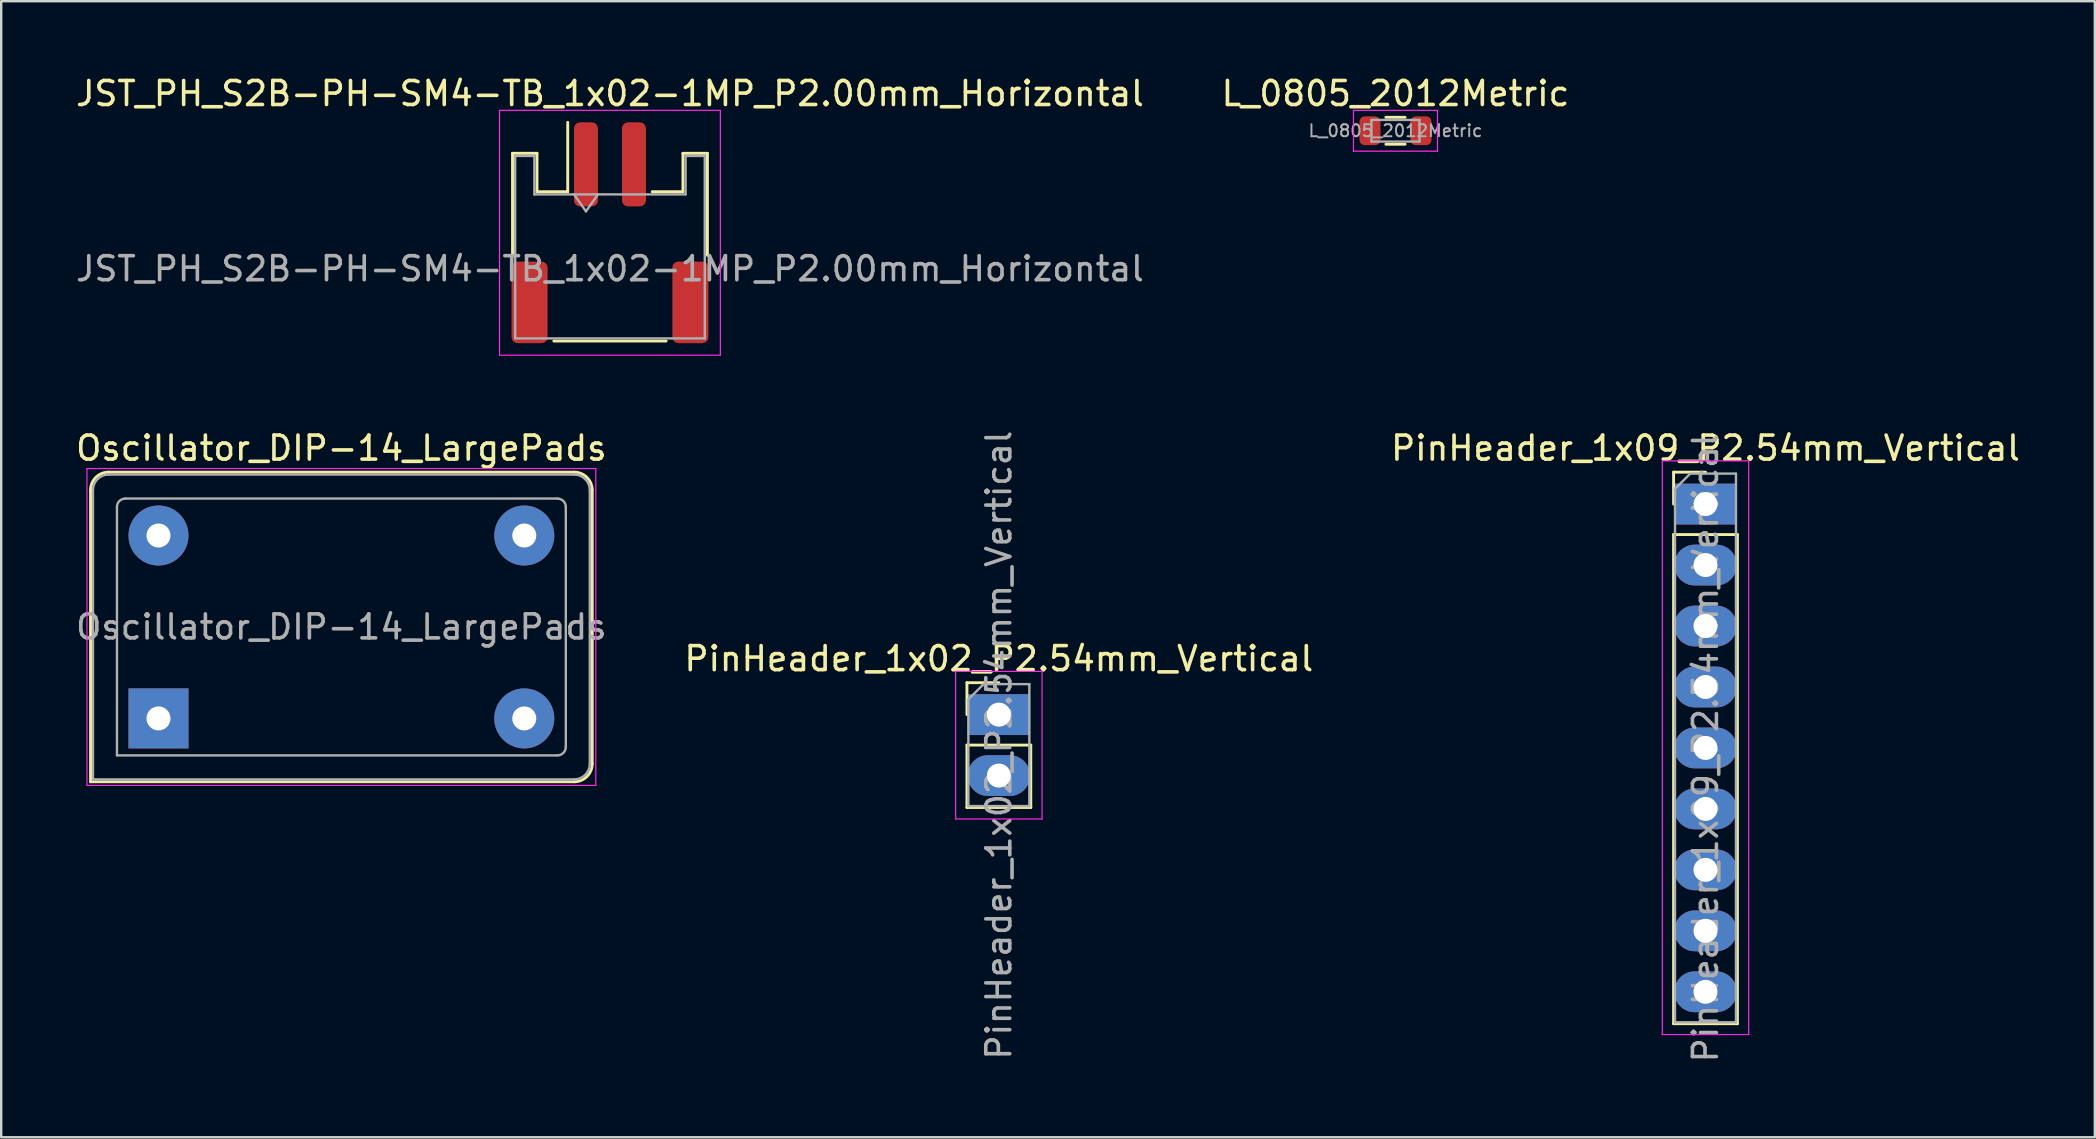
<source format=kicad_pcb>
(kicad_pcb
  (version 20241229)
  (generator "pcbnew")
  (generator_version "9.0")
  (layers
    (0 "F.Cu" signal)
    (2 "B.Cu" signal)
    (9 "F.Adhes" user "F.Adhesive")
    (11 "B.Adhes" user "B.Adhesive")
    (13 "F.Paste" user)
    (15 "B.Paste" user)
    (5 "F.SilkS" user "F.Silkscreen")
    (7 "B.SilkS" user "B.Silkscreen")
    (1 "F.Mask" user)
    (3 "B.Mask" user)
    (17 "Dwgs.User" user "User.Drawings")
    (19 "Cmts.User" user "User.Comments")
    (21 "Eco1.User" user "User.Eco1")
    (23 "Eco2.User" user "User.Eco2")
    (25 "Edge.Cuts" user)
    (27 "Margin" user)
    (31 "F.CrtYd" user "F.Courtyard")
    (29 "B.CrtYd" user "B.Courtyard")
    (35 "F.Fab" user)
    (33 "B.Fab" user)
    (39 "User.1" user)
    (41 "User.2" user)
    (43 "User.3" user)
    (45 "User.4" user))
  (footprint "PinHeader_1x09_P2.54mm_Vertical"
    (layer "F.Cu")
    (at 68.006 17.951)
    (property "Reference" "PinHeader_1x09_P2.54mm_Vertical" (at 0 -2.33 0) (layer "F.SilkS") (effects (font (size 1 1) (thickness 0.15))))
    (attr through_hole)
    (fp_line (start -1.33 -1.33) (end 0 -1.33) (stroke (width 0.12) (type solid)) (layer "F.SilkS"))
    (fp_line (start -1.33 0) (end -1.33 -1.33) (stroke (width 0.12) (type solid)) (layer "F.SilkS"))
    (fp_line (start -1.33 1.27) (end -1.33 21.65) (stroke (width 0.12) (type solid)) (layer "F.SilkS"))
    (fp_line (start -1.33 1.27) (end 1.33 1.27) (stroke (width 0.12) (type solid)) (layer "F.SilkS"))
    (fp_line (start -1.33 21.65) (end 1.33 21.65) (stroke (width 0.12) (type solid)) (layer "F.SilkS"))
    (fp_line (start 1.33 1.27) (end 1.33 21.65) (stroke (width 0.12) (type solid)) (layer "F.SilkS"))
    (fp_line (start -1.8 -1.8) (end -1.8 22.1) (stroke (width 0.05) (type solid)) (layer "F.CrtYd"))
    (fp_line (start -1.8 22.1) (end 1.8 22.1) (stroke (width 0.05) (type solid)) (layer "F.CrtYd"))
    (fp_line (start 1.8 -1.8) (end -1.8 -1.8) (stroke (width 0.05) (type solid)) (layer "F.CrtYd"))
    (fp_line (start 1.8 22.1) (end 1.8 -1.8) (stroke (width 0.05) (type solid)) (layer "F.CrtYd"))
    (fp_line (start -1.27 -0.635) (end -0.635 -1.27) (stroke (width 0.1) (type solid)) (layer "F.Fab"))
    (fp_line (start -1.27 21.59) (end -1.27 -0.635) (stroke (width 0.1) (type solid)) (layer "F.Fab"))
    (fp_line (start -0.635 -1.27) (end 1.27 -1.27) (stroke (width 0.1) (type solid)) (layer "F.Fab"))
    (fp_line (start 1.27 -1.27) (end 1.27 21.59) (stroke (width 0.1) (type solid)) (layer "F.Fab"))
    (fp_line (start 1.27 21.59) (end -1.27 21.59) (stroke (width 0.1) (type solid)) (layer "F.Fab"))
    (fp_text user "${REFERENCE}" (at 0 10.16 90) (layer "F.Fab") (effects (font (size 1 1) (thickness 0.15))))
    (pad "1" thru_hole rect (at 0 0) (size 2.6 1.7) (drill 1) (layers "*.Cu" "*.Mask"))
    (pad "2" thru_hole oval (at 0 2.54) (size 2.6 1.7) (drill 1) (layers "*.Cu" "*.Mask"))
    (pad "3" thru_hole oval (at 0 5.08) (size 2.6 1.7) (drill 1) (layers "*.Cu" "*.Mask"))
    (pad "4" thru_hole oval (at 0 7.62) (size 2.6 1.7) (drill 1) (layers "*.Cu" "*.Mask"))
    (pad "5" thru_hole oval (at 0 10.16) (size 2.6 1.7) (drill 1) (layers "*.Cu" "*.Mask"))
    (pad "6" thru_hole oval (at 0 12.7) (size 2.6 1.7) (drill 1) (layers "*.Cu" "*.Mask"))
    (pad "7" thru_hole oval (at 0 15.24) (size 2.6 1.7) (drill 1) (layers "*.Cu" "*.Mask"))
    (pad "8" thru_hole oval (at 0 17.78) (size 2.6 1.7) (drill 1) (layers "*.Cu" "*.Mask"))
    (pad "9" thru_hole oval (at 0 20.32) (size 2.6 1.7) (drill 1) (layers "*.Cu" "*.Mask")))
  (footprint "PinHeader_1x02_P2.54mm_Vertical"
    (layer "F.Cu")
    (at 38.565 26.723)
    (property "Reference" "PinHeader_1x02_P2.54mm_Vertical" (at 0 -2.33 0) (layer "F.SilkS") (effects (font (size 1 1) (thickness 0.15))))
    (attr through_hole)
    (fp_line (start -1.33 -1.33) (end 0 -1.33) (stroke (width 0.12) (type solid)) (layer "F.SilkS"))
    (fp_line (start -1.33 0) (end -1.33 -1.33) (stroke (width 0.12) (type solid)) (layer "F.SilkS"))
    (fp_line (start -1.33 1.27) (end -1.33 3.87) (stroke (width 0.12) (type solid)) (layer "F.SilkS"))
    (fp_line (start -1.33 1.27) (end 1.33 1.27) (stroke (width 0.12) (type solid)) (layer "F.SilkS"))
    (fp_line (start -1.33 3.87) (end 1.33 3.87) (stroke (width 0.12) (type solid)) (layer "F.SilkS"))
    (fp_line (start 1.33 1.27) (end 1.33 3.87) (stroke (width 0.12) (type solid)) (layer "F.SilkS"))
    (fp_line (start -1.8 -1.8) (end -1.8 4.35) (stroke (width 0.05) (type solid)) (layer "F.CrtYd"))
    (fp_line (start -1.8 4.35) (end 1.8 4.35) (stroke (width 0.05) (type solid)) (layer "F.CrtYd"))
    (fp_line (start 1.8 -1.8) (end -1.8 -1.8) (stroke (width 0.05) (type solid)) (layer "F.CrtYd"))
    (fp_line (start 1.8 4.35) (end 1.8 -1.8) (stroke (width 0.05) (type solid)) (layer "F.CrtYd"))
    (fp_line (start -1.27 -0.635) (end -0.635 -1.27) (stroke (width 0.1) (type solid)) (layer "F.Fab"))
    (fp_line (start -1.27 3.81) (end -1.27 -0.635) (stroke (width 0.1) (type solid)) (layer "F.Fab"))
    (fp_line (start -0.635 -1.27) (end 1.27 -1.27) (stroke (width 0.1) (type solid)) (layer "F.Fab"))
    (fp_line (start 1.27 -1.27) (end 1.27 3.81) (stroke (width 0.1) (type solid)) (layer "F.Fab"))
    (fp_line (start 1.27 3.81) (end -1.27 3.81) (stroke (width 0.1) (type solid)) (layer "F.Fab"))
    (fp_text user "${REFERENCE}" (at 0 1.27 90) (layer "F.Fab") (effects (font (size 1 1) (thickness 0.15))))
    (pad "1" thru_hole rect (at 0 0) (size 2.6 1.7) (drill 1) (layers "*.Cu" "*.Mask"))
    (pad "2" thru_hole oval (at 0 2.54) (size 2.6 1.7) (drill 1) (layers "*.Cu" "*.Mask")))
  (footprint "L_0805_2012Metric"
    (layer "F.Cu")
    (at 55.089 2.398)
    (property "Reference" "L_0805_2012Metric" (at 0 -1.55 0) (layer "F.SilkS") (effects (font (size 1 1) (thickness 0.15))))
    (attr smd)
    (fp_line (start -0.4 -0.56) (end 0.4 -0.56) (stroke (width 0.12) (type solid)) (layer "F.SilkS"))
    (fp_line (start -0.4 0.56) (end 0.4 0.56) (stroke (width 0.12) (type solid)) (layer "F.SilkS"))
    (fp_line (start -1.75 -0.85) (end 1.75 -0.85) (stroke (width 0.05) (type solid)) (layer "F.CrtYd"))
    (fp_line (start -1.75 0.85) (end -1.75 -0.85) (stroke (width 0.05) (type solid)) (layer "F.CrtYd"))
    (fp_line (start 1.75 -0.85) (end 1.75 0.85) (stroke (width 0.05) (type solid)) (layer "F.CrtYd"))
    (fp_line (start 1.75 0.85) (end -1.75 0.85) (stroke (width 0.05) (type solid)) (layer "F.CrtYd"))
    (fp_line (start -1 -0.45) (end 1 -0.45) (stroke (width 0.1) (type solid)) (layer "F.Fab"))
    (fp_line (start -1 0.45) (end -1 -0.45) (stroke (width 0.1) (type solid)) (layer "F.Fab"))
    (fp_line (start 1 -0.45) (end 1 0.45) (stroke (width 0.1) (type solid)) (layer "F.Fab"))
    (fp_line (start 1 0.45) (end -1 0.45) (stroke (width 0.1) (type solid)) (layer "F.Fab"))
    (fp_text user "${REFERENCE}" (at 0 0 0) (layer "F.Fab") (effects (font (size 0.5 0.5) (thickness 0.08))))
    (pad "1" smd roundrect (at -1.062 0) (size 0.875 1.2) (layers "F.Cu" "F.Mask" "F.Paste") (roundrect_rratio 0.25))
    (pad "2" smd roundrect (at 1.062 0) (size 0.875 1.2) (layers "F.Cu" "F.Mask" "F.Paste") (roundrect_rratio 0.25)))
  (footprint "Oscillator_DIP-14_LargePads"
    (layer "F.Cu")
    (at 3.553 26.881)
    (property "Reference" "Oscillator_DIP-14_LargePads" (at 7.62 -11.26 0) (layer "F.SilkS") (effects (font (size 1 1) (thickness 0.15))))
    (attr through_hole)
    (fp_line (start -2.83 -9.51) (end -2.83 2.64) (stroke (width 0.12) (type solid)) (layer "F.SilkS"))
    (fp_line (start -2.83 2.64) (end 17.32 2.64) (stroke (width 0.12) (type solid)) (layer "F.SilkS"))
    (fp_line (start 17.32 -10.26) (end -2.08 -10.26) (stroke (width 0.12) (type solid)) (layer "F.SilkS"))
    (fp_line (start 18.07 1.89) (end 18.07 -9.51) (stroke (width 0.12) (type solid)) (layer "F.SilkS"))
    (fp_arc (start -2.83 -9.51) (mid -2.61033 -10.04033) (end -2.08 -10.26) (stroke (width 0.12) (type solid)) (layer "F.SilkS"))
    (fp_arc (start 17.32 -10.26) (mid 17.85033 -10.04033) (end 18.07 -9.51) (stroke (width 0.12) (type solid)) (layer "F.SilkS"))
    (fp_arc (start 18.07 1.89) (mid 17.85033 2.42033) (end 17.32 2.64) (stroke (width 0.12) (type solid)) (layer "F.SilkS"))
    (fp_line (start -2.98 -10.41) (end -2.98 2.79) (stroke (width 0.05) (type solid)) (layer "F.CrtYd"))
    (fp_line (start -2.98 2.79) (end 18.22 2.79) (stroke (width 0.05) (type solid)) (layer "F.CrtYd"))
    (fp_line (start 18.22 -10.41) (end -2.98 -10.41) (stroke (width 0.05) (type solid)) (layer "F.CrtYd"))
    (fp_line (start 18.22 2.79) (end 18.22 -10.41) (stroke (width 0.05) (type solid)) (layer "F.CrtYd"))
    (fp_line (start -2.73 2.54) (end -2.73 -9.51) (stroke (width 0.1) (type solid)) (layer "F.Fab"))
    (fp_line (start -2.73 2.54) (end 17.32 2.54) (stroke (width 0.1) (type solid)) (layer "F.Fab"))
    (fp_line (start -2.08 -10.16) (end 17.32 -10.16) (stroke (width 0.1) (type solid)) (layer "F.Fab"))
    (fp_line (start -1.73 1.54) (end -1.73 -8.81) (stroke (width 0.1) (type solid)) (layer "F.Fab"))
    (fp_line (start -1.73 1.54) (end 16.62 1.54) (stroke (width 0.1) (type solid)) (layer "F.Fab"))
    (fp_line (start -1.38 -9.16) (end 16.62 -9.16) (stroke (width 0.1) (type solid)) (layer "F.Fab"))
    (fp_line (start 16.97 1.19) (end 16.97 -8.81) (stroke (width 0.1) (type solid)) (layer "F.Fab"))
    (fp_line (start 17.97 -9.51) (end 17.97 1.89) (stroke (width 0.1) (type solid)) (layer "F.Fab"))
    (fp_arc (start -2.73 -9.51) (mid -2.539619 -9.969619) (end -2.08 -10.16) (stroke (width 0.1) (type solid)) (layer "F.Fab"))
    (fp_arc (start -1.73 -8.81) (mid -1.627487 -9.057487) (end -1.38 -9.16) (stroke (width 0.1) (type solid)) (layer "F.Fab"))
    (fp_arc (start 16.62 -9.16) (mid 16.867487 -9.057487) (end 16.97 -8.81) (stroke (width 0.1) (type solid)) (layer "F.Fab"))
    (fp_arc (start 16.97 1.19) (mid 16.867487 1.437487) (end 16.62 1.54) (stroke (width 0.1) (type solid)) (layer "F.Fab"))
    (fp_arc (start 17.32 -10.16) (mid 17.779619 -9.969619) (end 17.97 -9.51) (stroke (width 0.1) (type solid)) (layer "F.Fab"))
    (fp_arc (start 17.97 1.89) (mid 17.779619 2.349619) (end 17.32 2.54) (stroke (width 0.1) (type solid)) (layer "F.Fab"))
    (fp_text user "${REFERENCE}" (at 7.62 -3.81 0) (layer "F.Fab") (effects (font (size 1 1) (thickness 0.15))))
    (pad "1" thru_hole rect (at 0 0) (size 2.5 2.5) (drill 1) (layers "*.Cu" "*.Mask"))
    (pad "7" thru_hole circle (at 15.24 0) (size 2.5 2.5) (drill 1) (layers "*.Cu" "*.Mask"))
    (pad "8" thru_hole circle (at 15.24 -7.62) (size 2.5 2.5) (drill 1) (layers "*.Cu" "*.Mask"))
    (pad "14" thru_hole circle (at 0 -7.62) (size 2.5 2.5) (drill 1) (layers "*.Cu" "*.Mask")))
  (footprint "JST_PH_S2B-PH-SM4-TB_1x02-1MP_P2.00mm_Horizontal"
    (layer "F.Cu")
    (at 22.363 6.648)
    (property "Reference" "JST_PH_S2B-PH-SM4-TB_1x02-1MP_P2.00mm_Horizontal" (at 0 -5.8 0) (layer "F.SilkS") (effects (font (size 1 1) (thickness 0.15))))
    (attr smd)
    (fp_line (start -4.06 -3.31) (end -3.04 -3.31) (stroke (width 0.12) (type solid)) (layer "F.SilkS"))
    (fp_line (start -4.06 0.94) (end -4.06 -3.31) (stroke (width 0.12) (type solid)) (layer "F.SilkS"))
    (fp_line (start -3.04 -3.31) (end -3.04 -1.71) (stroke (width 0.12) (type solid)) (layer "F.SilkS"))
    (fp_line (start -3.04 -1.71) (end -1.76 -1.71) (stroke (width 0.12) (type solid)) (layer "F.SilkS"))
    (fp_line (start -2.34 4.51) (end 2.34 4.51) (stroke (width 0.12) (type solid)) (layer "F.SilkS"))
    (fp_line (start -1.76 -1.71) (end -1.76 -4.6) (stroke (width 0.12) (type solid)) (layer "F.SilkS"))
    (fp_line (start 3.04 -3.31) (end 3.04 -1.71) (stroke (width 0.12) (type solid)) (layer "F.SilkS"))
    (fp_line (start 3.04 -1.71) (end 1.76 -1.71) (stroke (width 0.12) (type solid)) (layer "F.SilkS"))
    (fp_line (start 4.06 -3.31) (end 3.04 -3.31) (stroke (width 0.12) (type solid)) (layer "F.SilkS"))
    (fp_line (start 4.06 0.94) (end 4.06 -3.31) (stroke (width 0.12) (type solid)) (layer "F.SilkS"))
    (fp_line (start -4.6 -5.1) (end -4.6 5.1) (stroke (width 0.05) (type solid)) (layer "F.CrtYd"))
    (fp_line (start -4.6 5.1) (end 4.6 5.1) (stroke (width 0.05) (type solid)) (layer "F.CrtYd"))
    (fp_line (start 4.6 -5.1) (end -4.6 -5.1) (stroke (width 0.05) (type solid)) (layer "F.CrtYd"))
    (fp_line (start 4.6 5.1) (end 4.6 -5.1) (stroke (width 0.05) (type solid)) (layer "F.CrtYd"))
    (fp_line (start -3.95 -3.2) (end -3.95 4.4) (stroke (width 0.1) (type solid)) (layer "F.Fab"))
    (fp_line (start -3.95 -3.2) (end -3.15 -3.2) (stroke (width 0.1) (type solid)) (layer "F.Fab"))
    (fp_line (start -3.95 4.4) (end 3.95 4.4) (stroke (width 0.1) (type solid)) (layer "F.Fab"))
    (fp_line (start -3.15 -3.2) (end -3.15 -1.6) (stroke (width 0.1) (type solid)) (layer "F.Fab"))
    (fp_line (start -3.15 -1.6) (end 3.15 -1.6) (stroke (width 0.1) (type solid)) (layer "F.Fab"))
    (fp_line (start -1.5 -1.6) (end -1 -0.893) (stroke (width 0.1) (type solid)) (layer "F.Fab"))
    (fp_line (start -1 -0.893) (end -0.5 -1.6) (stroke (width 0.1) (type solid)) (layer "F.Fab"))
    (fp_line (start 3.15 -3.2) (end 3.95 -3.2) (stroke (width 0.1) (type solid)) (layer "F.Fab"))
    (fp_line (start 3.15 -1.6) (end 3.15 -3.2) (stroke (width 0.1) (type solid)) (layer "F.Fab"))
    (fp_line (start 3.95 -3.2) (end 3.95 4.4) (stroke (width 0.1) (type solid)) (layer "F.Fab"))
    (fp_text user "${REFERENCE}" (at 0 1.5 0) (layer "F.Fab") (effects (font (size 1 1) (thickness 0.15))))
    (pad "1" smd roundrect (at -1 -2.85) (size 1 3.5) (layers "F.Cu" "F.Mask" "F.Paste") (roundrect_rratio 0.25))
    (pad "2" smd roundrect (at 1 -2.85) (size 1 3.5) (layers "F.Cu" "F.Mask" "F.Paste") (roundrect_rratio 0.25))
    (pad "MP" smd roundrect (at -3.35 2.9) (size 1.5 3.4) (layers "F.Cu" "F.Mask" "F.Paste") (roundrect_rratio 0.167))
    (pad "MP" smd roundrect (at 3.35 2.9) (size 1.5 3.4) (layers "F.Cu" "F.Mask" "F.Paste") (roundrect_rratio 0.167)))
  (gr_rect
    (start -3 -3)
    (end 84.226 44.332)
    (stroke (width 0.1) (type default))
    (fill no)
    (layer "Edge.Cuts")))
</source>
